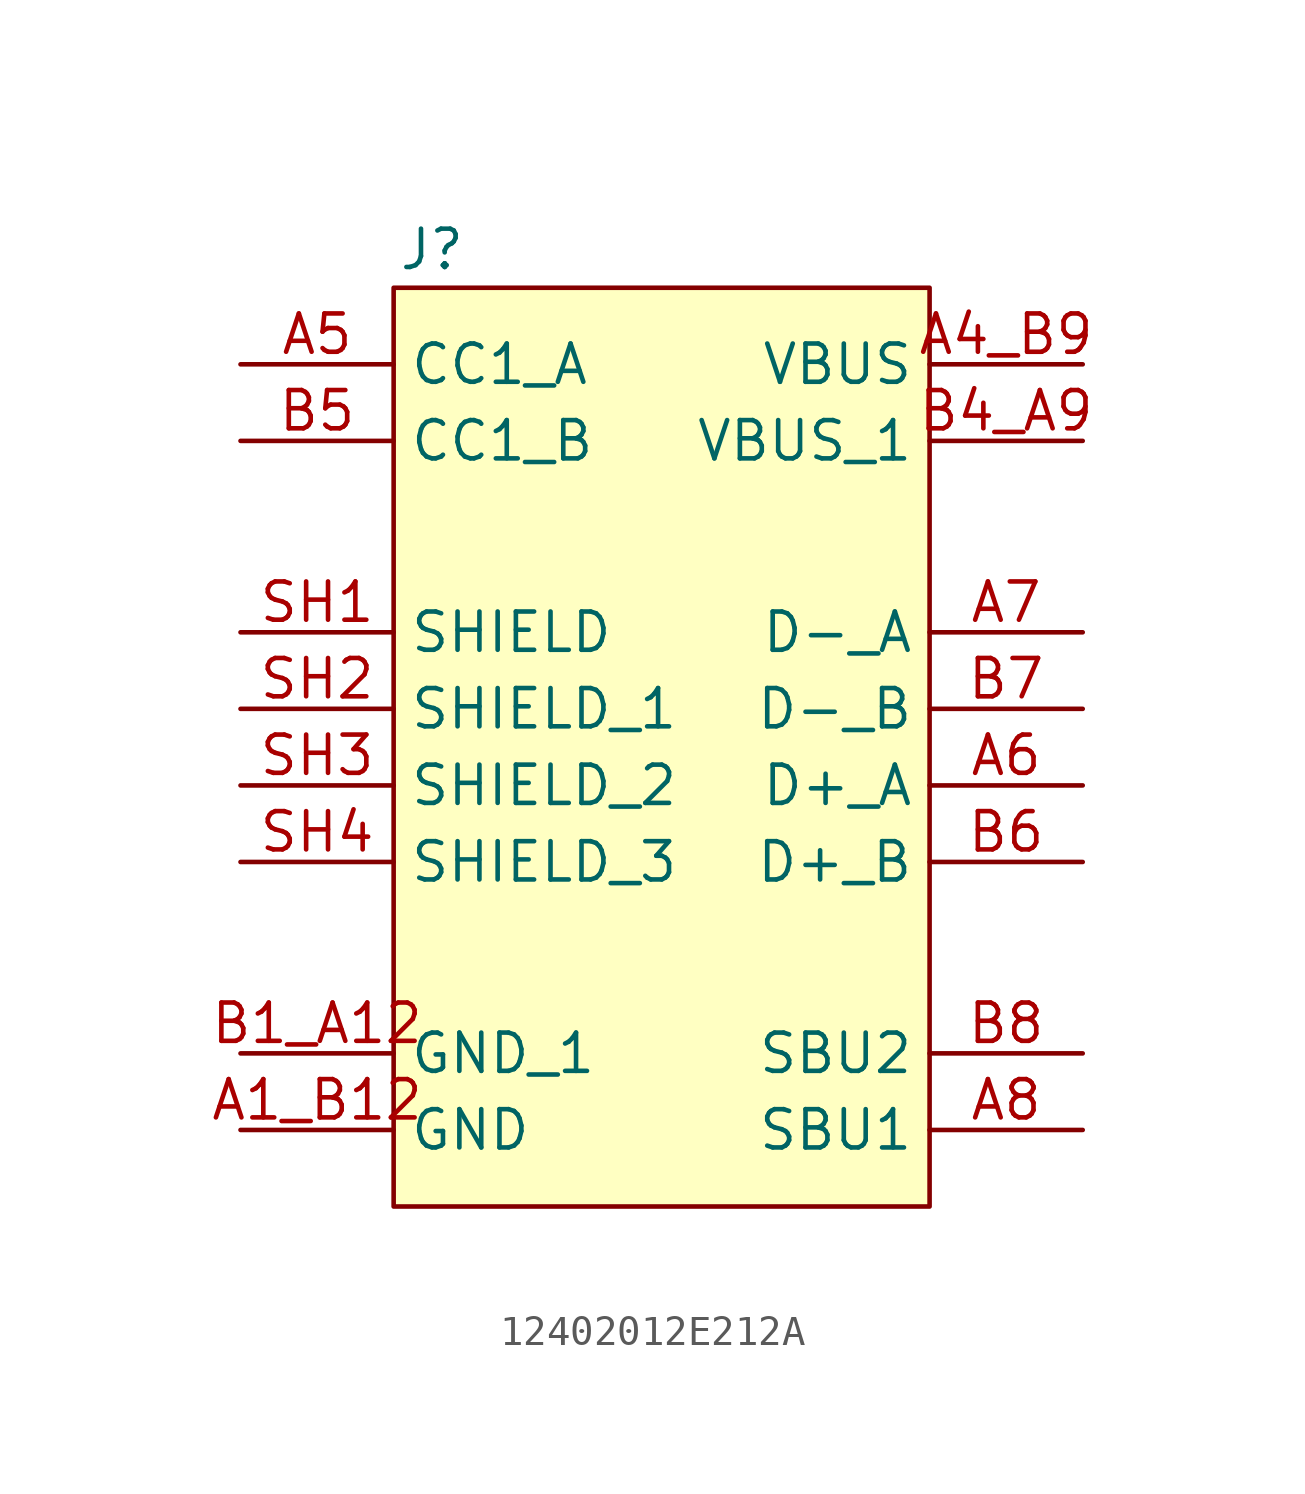
<source format=kicad_sym>
(kicad_symbol_lib
  (version 20231120)
  (generator "kicad_symbol_editor")
  (generator_version "8.0")
  (symbol "12402012E212A"
    (property "Reference" "J"
      (at -7.62 16.51 0)
      (effects (font (size 1.27 1.27))))
    (property "Value" ""
      (at 1.27 -1.27 0)
      (effects (font (size 1.27 1.27))))
    (symbol "12402012E212A_1_1"
      (rectangle (start -8.89 15.24) (end 8.89 -15.24) (stroke (width 0) (type default)) (fill (type background)))
      (pin passive line (at -13.97 -12.7 0) (length 5.08) (name "GND" (effects (font (size 1.27 1.27)))) (number "A1_B12" (effects (font (size 1.27 1.27)))))
      (pin passive line (at 13.97 12.7 180) (length 5.08) (name "VBUS" (effects (font (size 1.27 1.27)))) (number "A4_B9" (effects (font (size 1.27 1.27)))))
      (pin passive line (at -13.97 12.7 0) (length 5.08) (name "CC1_A" (effects (font (size 1.27 1.27)))) (number "A5" (effects (font (size 1.27 1.27)))))
      (pin passive line (at 13.97 -1.27 180) (length 5.08) (name "D+_A" (effects (font (size 1.27 1.27)))) (number "A6" (effects (font (size 1.27 1.27)))))
      (pin passive line (at 13.97 3.81 180) (length 5.08) (name "D-_A" (effects (font (size 1.27 1.27)))) (number "A7" (effects (font (size 1.27 1.27)))))
      (pin passive line (at 13.97 -12.7 180) (length 5.08) (name "SBU1" (effects (font (size 1.27 1.27)))) (number "A8" (effects (font (size 1.27 1.27)))))
      (pin passive line (at -13.97 -10.16 0) (length 5.08) (name "GND_1" (effects (font (size 1.27 1.27)))) (number "B1_A12" (effects (font (size 1.27 1.27)))))
      (pin passive line (at 13.97 10.16 180) (length 5.08) (name "VBUS_1" (effects (font (size 1.27 1.27)))) (number "B4_A9" (effects (font (size 1.27 1.27)))))
      (pin passive line (at -13.97 10.16 0) (length 5.08) (name "CC1_B" (effects (font (size 1.27 1.27)))) (number "B5" (effects (font (size 1.27 1.27)))))
      (pin passive line (at 13.97 -3.81 180) (length 5.08) (name "D+_B" (effects (font (size 1.27 1.27)))) (number "B6" (effects (font (size 1.27 1.27)))))
      (pin passive line (at 13.97 1.27 180) (length 5.08) (name "D-_B" (effects (font (size 1.27 1.27)))) (number "B7" (effects (font (size 1.27 1.27)))))
      (pin passive line (at 13.97 -10.16 180) (length 5.08) (name "SBU2" (effects (font (size 1.27 1.27)))) (number "B8" (effects (font (size 1.27 1.27)))))
      (pin passive line (at -13.97 3.81 0) (length 5.08) (name "SHIELD" (effects (font (size 1.27 1.27)))) (number "SH1" (effects (font (size 1.27 1.27)))))
      (pin passive line (at -13.97 1.27 0) (length 5.08) (name "SHIELD_1" (effects (font (size 1.27 1.27)))) (number "SH2" (effects (font (size 1.27 1.27)))))
      (pin passive line (at -13.97 -1.27 0) (length 5.08) (name "SHIELD_2" (effects (font (size 1.27 1.27)))) (number "SH3" (effects (font (size 1.27 1.27)))))
      (pin passive line (at -13.97 -3.81 0) (length 5.08) (name "SHIELD_3" (effects (font (size 1.27 1.27)))) (number "SH4" (effects (font (size 1.27 1.27))))))))
</source>
